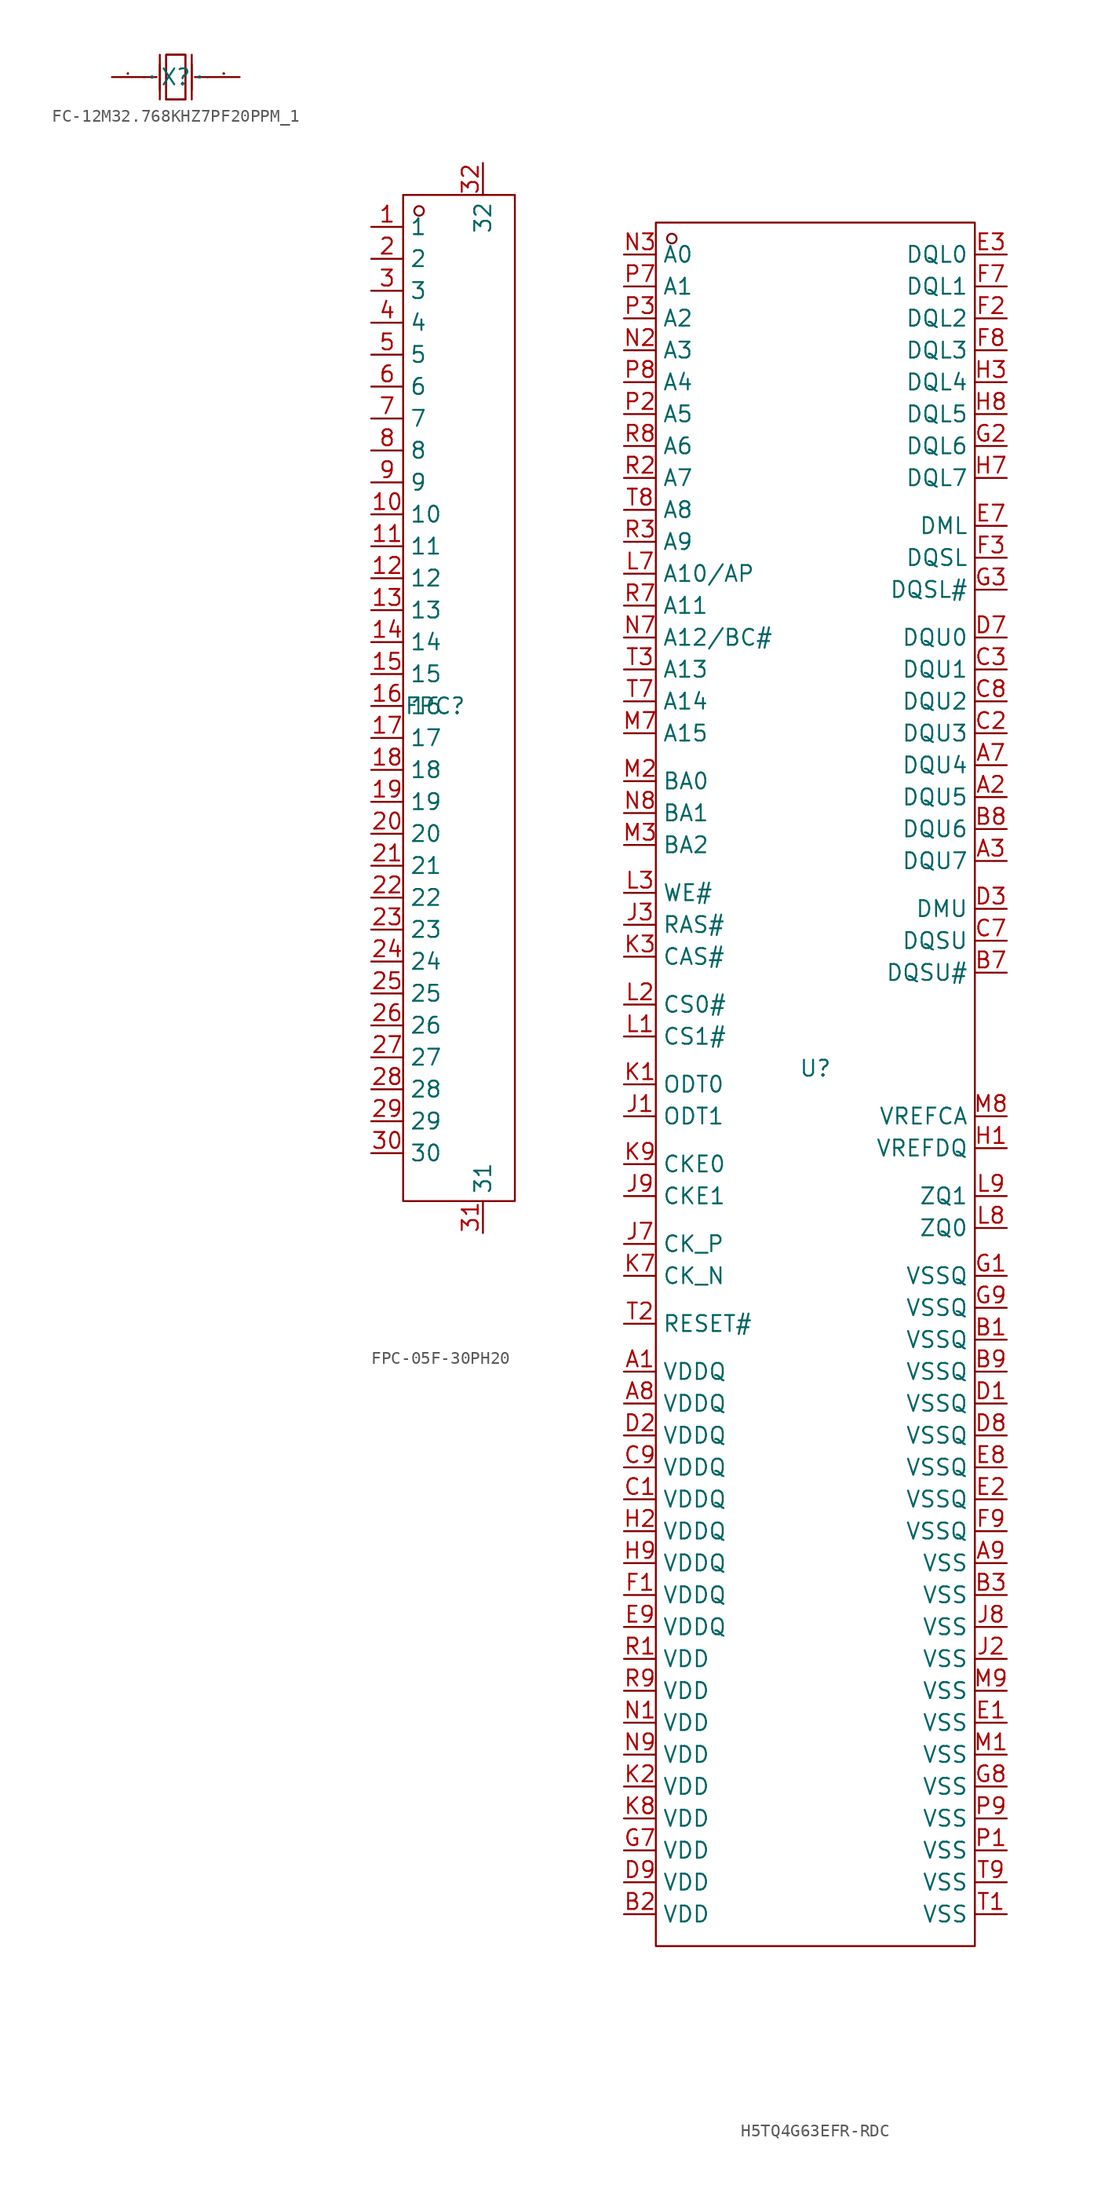
<source format=kicad_sym>
(kicad_symbol_lib
  (version 20231120)
  (generator "kicad_symbol_editor")
  (generator_version "8.0")
  (symbol "FC-12M32.768KHZ7PF20PPM_1"
    (property "Reference" "X"
      (at 0 0 0)
      (effects (font (size 1.27 1.27))))
    (property "Value" ""
      (at 0 0 0)
      (effects (font (size 1.27 1.27))))
    (symbol "FC-12M32.768KHZ7PF20PPM_1_1_0"
      (polyline (pts (xy -2.54 0) (xy -1.524 0)) (stroke (width 0) (type default)) (fill (type none)))
      (polyline (pts (xy -1.27 -1.778) (xy -1.27 1.778)) (stroke (width 0) (type default)) (fill (type none)))
      (polyline (pts (xy -1.27 -1.016) (xy -1.27 1.016)) (stroke (width 0) (type default)) (fill (type none)))
      (polyline (pts (xy 0.762 -1.778) (xy -0.762 -1.778)) (stroke (width 0) (type default)) (fill (type none)))
      (polyline (pts (xy 1.27 -1.778) (xy 1.27 1.778)) (stroke (width 0) (type default)) (fill (type none)))
      (polyline (pts (xy 1.27 -1.016) (xy 1.27 1.016)) (stroke (width 0) (type default)) (fill (type none)))
      (polyline (pts (xy 2.54 0) (xy 1.524 0)) (stroke (width 0) (type default)) (fill (type none)))
      (polyline (pts (xy -0.762 -1.778) (xy -0.762 1.778) (xy -0.762 1.778) (xy 0.762 1.778) (xy 0.762 1.778) (xy 0.762 -1.778)) (stroke (width 0) (type default)) (fill (type none)))
      (polyline (pts (xy 0.762 1.778) (xy 0.762 -1.778) (xy 0.762 -1.778) (xy -0.762 -1.778) (xy -0.762 -1.778) (xy -0.762 1.778) (xy -0.762 1.778) (xy 0.762 1.778)) (stroke (width 0) (type default)) (fill (type none)))
      (pin input line (at -5.08 0 0) (length 2.54) (name "OSC1" (effects (font (size 0.025 0.025)))) (number "1" (effects (font (size 0.025 0.025)))))
      (pin input line (at 5.08 0 180) (length 2.54) (name "OSC2" (effects (font (size 0.025 0.025)))) (number "2" (effects (font (size 0.025 0.025)))))))
  (symbol "FPC-05F-30PH20"
    (property "Reference" "FPC"
      (at 0 0 0)
      (effects (font (size 1.27 1.27))))
    (property "Value" ""
      (at 0 0 0)
      (effects (font (size 1.27 1.27))))
    (symbol "FPC-05F-30PH20_1_0"
      (rectangle (start -2.54 -39.37) (end 6.35 40.64) (stroke (width 0) (type default)) (fill (type none)))
      (circle (center -1.27 39.37) (radius 0.381) (stroke (width 0) (type default)) (fill (type none)))
      (pin input line (at -5.08 38.1 0) (length 2.54) (name "1" (effects (font (size 1.27 1.27)))) (number "1" (effects (font (size 1.27 1.27)))))
      (pin input line (at -5.08 15.24 0) (length 2.54) (name "10" (effects (font (size 1.27 1.27)))) (number "10" (effects (font (size 1.27 1.27)))))
      (pin input line (at -5.08 12.7 0) (length 2.54) (name "11" (effects (font (size 1.27 1.27)))) (number "11" (effects (font (size 1.27 1.27)))))
      (pin input line (at -5.08 10.16 0) (length 2.54) (name "12" (effects (font (size 1.27 1.27)))) (number "12" (effects (font (size 1.27 1.27)))))
      (pin input line (at -5.08 7.62 0) (length 2.54) (name "13" (effects (font (size 1.27 1.27)))) (number "13" (effects (font (size 1.27 1.27)))))
      (pin input line (at -5.08 5.08 0) (length 2.54) (name "14" (effects (font (size 1.27 1.27)))) (number "14" (effects (font (size 1.27 1.27)))))
      (pin input line (at -5.08 2.54 0) (length 2.54) (name "15" (effects (font (size 1.27 1.27)))) (number "15" (effects (font (size 1.27 1.27)))))
      (pin input line (at -5.08 0 0) (length 2.54) (name "16" (effects (font (size 1.27 1.27)))) (number "16" (effects (font (size 1.27 1.27)))))
      (pin input line (at -5.08 -2.54 0) (length 2.54) (name "17" (effects (font (size 1.27 1.27)))) (number "17" (effects (font (size 1.27 1.27)))))
      (pin input line (at -5.08 -5.08 0) (length 2.54) (name "18" (effects (font (size 1.27 1.27)))) (number "18" (effects (font (size 1.27 1.27)))))
      (pin input line (at -5.08 -7.62 0) (length 2.54) (name "19" (effects (font (size 1.27 1.27)))) (number "19" (effects (font (size 1.27 1.27)))))
      (pin input line (at -5.08 35.56 0) (length 2.54) (name "2" (effects (font (size 1.27 1.27)))) (number "2" (effects (font (size 1.27 1.27)))))
      (pin input line (at -5.08 -10.16 0) (length 2.54) (name "20" (effects (font (size 1.27 1.27)))) (number "20" (effects (font (size 1.27 1.27)))))
      (pin input line (at -5.08 -12.7 0) (length 2.54) (name "21" (effects (font (size 1.27 1.27)))) (number "21" (effects (font (size 1.27 1.27)))))
      (pin input line (at -5.08 -15.24 0) (length 2.54) (name "22" (effects (font (size 1.27 1.27)))) (number "22" (effects (font (size 1.27 1.27)))))
      (pin input line (at -5.08 -17.78 0) (length 2.54) (name "23" (effects (font (size 1.27 1.27)))) (number "23" (effects (font (size 1.27 1.27)))))
      (pin input line (at -5.08 -20.32 0) (length 2.54) (name "24" (effects (font (size 1.27 1.27)))) (number "24" (effects (font (size 1.27 1.27)))))
      (pin input line (at -5.08 -22.86 0) (length 2.54) (name "25" (effects (font (size 1.27 1.27)))) (number "25" (effects (font (size 1.27 1.27)))))
      (pin input line (at -5.08 -25.4 0) (length 2.54) (name "26" (effects (font (size 1.27 1.27)))) (number "26" (effects (font (size 1.27 1.27)))))
      (pin input line (at -5.08 -27.94 0) (length 2.54) (name "27" (effects (font (size 1.27 1.27)))) (number "27" (effects (font (size 1.27 1.27)))))
      (pin input line (at -5.08 -30.48 0) (length 2.54) (name "28" (effects (font (size 1.27 1.27)))) (number "28" (effects (font (size 1.27 1.27)))))
      (pin input line (at -5.08 -33.02 0) (length 2.54) (name "29" (effects (font (size 1.27 1.27)))) (number "29" (effects (font (size 1.27 1.27)))))
      (pin input line (at -5.08 33.02 0) (length 2.54) (name "3" (effects (font (size 1.27 1.27)))) (number "3" (effects (font (size 1.27 1.27)))))
      (pin input line (at -5.08 -35.56 0) (length 2.54) (name "30" (effects (font (size 1.27 1.27)))) (number "30" (effects (font (size 1.27 1.27)))))
      (pin input line (at 3.81 -41.91 90) (length 2.54) (name "31" (effects (font (size 1.27 1.27)))) (number "31" (effects (font (size 1.27 1.27)))))
      (pin input line (at 3.81 43.18 270) (length 2.54) (name "32" (effects (font (size 1.27 1.27)))) (number "32" (effects (font (size 1.27 1.27)))))
      (pin input line (at -5.08 30.48 0) (length 2.54) (name "4" (effects (font (size 1.27 1.27)))) (number "4" (effects (font (size 1.27 1.27)))))
      (pin input line (at -5.08 27.94 0) (length 2.54) (name "5" (effects (font (size 1.27 1.27)))) (number "5" (effects (font (size 1.27 1.27)))))
      (pin input line (at -5.08 25.4 0) (length 2.54) (name "6" (effects (font (size 1.27 1.27)))) (number "6" (effects (font (size 1.27 1.27)))))
      (pin input line (at -5.08 22.86 0) (length 2.54) (name "7" (effects (font (size 1.27 1.27)))) (number "7" (effects (font (size 1.27 1.27)))))
      (pin input line (at -5.08 20.32 0) (length 2.54) (name "8" (effects (font (size 1.27 1.27)))) (number "8" (effects (font (size 1.27 1.27)))))
      (pin input line (at -5.08 17.78 0) (length 2.54) (name "9" (effects (font (size 1.27 1.27)))) (number "9" (effects (font (size 1.27 1.27)))))))
  (symbol "H5TQ4G63EFR-RDC"
    (property "Reference" "U"
      (at 0 0 0)
      (effects (font (size 1.27 1.27))))
    (property "Value" ""
      (at 0 0 0)
      (effects (font (size 1.27 1.27))))
    (symbol "H5TQ4G63EFR-RDC_1_0"
      (rectangle (start -12.7 -69.85) (end 12.7 67.31) (stroke (width 0) (type default)) (fill (type none)))
      (circle (center -11.43 66.04) (radius 0.381) (stroke (width 0) (type default)) (fill (type none)))
      (pin unspecified line (at -15.24 -24.13 0) (length 2.54) (name "VDDQ" (effects (font (size 1.27 1.27)))) (number "A1" (effects (font (size 1.27 1.27)))))
      (pin unspecified line (at 15.24 21.59 180) (length 2.54) (name "DQU5" (effects (font (size 1.27 1.27)))) (number "A2" (effects (font (size 1.27 1.27)))))
      (pin unspecified line (at 15.24 16.51 180) (length 2.54) (name "DQU7" (effects (font (size 1.27 1.27)))) (number "A3" (effects (font (size 1.27 1.27)))))
      (pin unspecified line (at 15.24 24.13 180) (length 2.54) (name "DQU4" (effects (font (size 1.27 1.27)))) (number "A7" (effects (font (size 1.27 1.27)))))
      (pin unspecified line (at -15.24 -26.67 0) (length 2.54) (name "VDDQ" (effects (font (size 1.27 1.27)))) (number "A8" (effects (font (size 1.27 1.27)))))
      (pin unspecified line (at 15.24 -39.37 180) (length 2.54) (name "VSS" (effects (font (size 1.27 1.27)))) (number "A9" (effects (font (size 1.27 1.27)))))
      (pin unspecified line (at 15.24 -21.59 180) (length 2.54) (name "VSSQ" (effects (font (size 1.27 1.27)))) (number "B1" (effects (font (size 1.27 1.27)))))
      (pin unspecified line (at -15.24 -67.31 0) (length 2.54) (name "VDD" (effects (font (size 1.27 1.27)))) (number "B2" (effects (font (size 1.27 1.27)))))
      (pin unspecified line (at 15.24 -41.91 180) (length 2.54) (name "VSS" (effects (font (size 1.27 1.27)))) (number "B3" (effects (font (size 1.27 1.27)))))
      (pin unspecified line (at 15.24 7.62 180) (length 2.54) (name "DQSU#" (effects (font (size 1.27 1.27)))) (number "B7" (effects (font (size 1.27 1.27)))))
      (pin unspecified line (at 15.24 19.05 180) (length 2.54) (name "DQU6" (effects (font (size 1.27 1.27)))) (number "B8" (effects (font (size 1.27 1.27)))))
      (pin unspecified line (at 15.24 -24.13 180) (length 2.54) (name "VSSQ" (effects (font (size 1.27 1.27)))) (number "B9" (effects (font (size 1.27 1.27)))))
      (pin unspecified line (at -15.24 -34.29 0) (length 2.54) (name "VDDQ" (effects (font (size 1.27 1.27)))) (number "C1" (effects (font (size 1.27 1.27)))))
      (pin unspecified line (at 15.24 26.67 180) (length 2.54) (name "DQU3" (effects (font (size 1.27 1.27)))) (number "C2" (effects (font (size 1.27 1.27)))))
      (pin unspecified line (at 15.24 31.75 180) (length 2.54) (name "DQU1" (effects (font (size 1.27 1.27)))) (number "C3" (effects (font (size 1.27 1.27)))))
      (pin unspecified line (at 15.24 10.16 180) (length 2.54) (name "DQSU" (effects (font (size 1.27 1.27)))) (number "C7" (effects (font (size 1.27 1.27)))))
      (pin unspecified line (at 15.24 29.21 180) (length 2.54) (name "DQU2" (effects (font (size 1.27 1.27)))) (number "C8" (effects (font (size 1.27 1.27)))))
      (pin unspecified line (at -15.24 -31.75 0) (length 2.54) (name "VDDQ" (effects (font (size 1.27 1.27)))) (number "C9" (effects (font (size 1.27 1.27)))))
      (pin unspecified line (at 15.24 -26.67 180) (length 2.54) (name "VSSQ" (effects (font (size 1.27 1.27)))) (number "D1" (effects (font (size 1.27 1.27)))))
      (pin unspecified line (at -15.24 -29.21 0) (length 2.54) (name "VDDQ" (effects (font (size 1.27 1.27)))) (number "D2" (effects (font (size 1.27 1.27)))))
      (pin unspecified line (at 15.24 12.7 180) (length 2.54) (name "DMU" (effects (font (size 1.27 1.27)))) (number "D3" (effects (font (size 1.27 1.27)))))
      (pin unspecified line (at 15.24 34.29 180) (length 2.54) (name "DQU0" (effects (font (size 1.27 1.27)))) (number "D7" (effects (font (size 1.27 1.27)))))
      (pin unspecified line (at 15.24 -29.21 180) (length 2.54) (name "VSSQ" (effects (font (size 1.27 1.27)))) (number "D8" (effects (font (size 1.27 1.27)))))
      (pin unspecified line (at -15.24 -64.77 0) (length 2.54) (name "VDD" (effects (font (size 1.27 1.27)))) (number "D9" (effects (font (size 1.27 1.27)))))
      (pin unspecified line (at 15.24 -52.07 180) (length 2.54) (name "VSS" (effects (font (size 1.27 1.27)))) (number "E1" (effects (font (size 1.27 1.27)))))
      (pin unspecified line (at 15.24 -34.29 180) (length 2.54) (name "VSSQ" (effects (font (size 1.27 1.27)))) (number "E2" (effects (font (size 1.27 1.27)))))
      (pin unspecified line (at 15.24 64.77 180) (length 2.54) (name "DQL0" (effects (font (size 1.27 1.27)))) (number "E3" (effects (font (size 1.27 1.27)))))
      (pin unspecified line (at 15.24 43.18 180) (length 2.54) (name "DML" (effects (font (size 1.27 1.27)))) (number "E7" (effects (font (size 1.27 1.27)))))
      (pin unspecified line (at 15.24 -31.75 180) (length 2.54) (name "VSSQ" (effects (font (size 1.27 1.27)))) (number "E8" (effects (font (size 1.27 1.27)))))
      (pin unspecified line (at -15.24 -44.45 0) (length 2.54) (name "VDDQ" (effects (font (size 1.27 1.27)))) (number "E9" (effects (font (size 1.27 1.27)))))
      (pin unspecified line (at -15.24 -41.91 0) (length 2.54) (name "VDDQ" (effects (font (size 1.27 1.27)))) (number "F1" (effects (font (size 1.27 1.27)))))
      (pin unspecified line (at 15.24 59.69 180) (length 2.54) (name "DQL2" (effects (font (size 1.27 1.27)))) (number "F2" (effects (font (size 1.27 1.27)))))
      (pin unspecified line (at 15.24 40.64 180) (length 2.54) (name "DQSL" (effects (font (size 1.27 1.27)))) (number "F3" (effects (font (size 1.27 1.27)))))
      (pin unspecified line (at 15.24 62.23 180) (length 2.54) (name "DQL1" (effects (font (size 1.27 1.27)))) (number "F7" (effects (font (size 1.27 1.27)))))
      (pin unspecified line (at 15.24 57.15 180) (length 2.54) (name "DQL3" (effects (font (size 1.27 1.27)))) (number "F8" (effects (font (size 1.27 1.27)))))
      (pin unspecified line (at 15.24 -36.83 180) (length 2.54) (name "VSSQ" (effects (font (size 1.27 1.27)))) (number "F9" (effects (font (size 1.27 1.27)))))
      (pin unspecified line (at 15.24 -16.51 180) (length 2.54) (name "VSSQ" (effects (font (size 1.27 1.27)))) (number "G1" (effects (font (size 1.27 1.27)))))
      (pin unspecified line (at 15.24 49.53 180) (length 2.54) (name "DQL6" (effects (font (size 1.27 1.27)))) (number "G2" (effects (font (size 1.27 1.27)))))
      (pin unspecified line (at 15.24 38.1 180) (length 2.54) (name "DQSL#" (effects (font (size 1.27 1.27)))) (number "G3" (effects (font (size 1.27 1.27)))))
      (pin unspecified line (at -15.24 -62.23 0) (length 2.54) (name "VDD" (effects (font (size 1.27 1.27)))) (number "G7" (effects (font (size 1.27 1.27)))))
      (pin unspecified line (at 15.24 -57.15 180) (length 2.54) (name "VSS" (effects (font (size 1.27 1.27)))) (number "G8" (effects (font (size 1.27 1.27)))))
      (pin unspecified line (at 15.24 -19.05 180) (length 2.54) (name "VSSQ" (effects (font (size 1.27 1.27)))) (number "G9" (effects (font (size 1.27 1.27)))))
      (pin unspecified line (at 15.24 -6.35 180) (length 2.54) (name "VREFDQ" (effects (font (size 1.27 1.27)))) (number "H1" (effects (font (size 1.27 1.27)))))
      (pin unspecified line (at -15.24 -36.83 0) (length 2.54) (name "VDDQ" (effects (font (size 1.27 1.27)))) (number "H2" (effects (font (size 1.27 1.27)))))
      (pin unspecified line (at 15.24 54.61 180) (length 2.54) (name "DQL4" (effects (font (size 1.27 1.27)))) (number "H3" (effects (font (size 1.27 1.27)))))
      (pin unspecified line (at 15.24 46.99 180) (length 2.54) (name "DQL7" (effects (font (size 1.27 1.27)))) (number "H7" (effects (font (size 1.27 1.27)))))
      (pin unspecified line (at 15.24 52.07 180) (length 2.54) (name "DQL5" (effects (font (size 1.27 1.27)))) (number "H8" (effects (font (size 1.27 1.27)))))
      (pin unspecified line (at -15.24 -39.37 0) (length 2.54) (name "VDDQ" (effects (font (size 1.27 1.27)))) (number "H9" (effects (font (size 1.27 1.27)))))
      (pin unspecified line (at -15.24 -3.81 0) (length 2.54) (name "ODT1" (effects (font (size 1.27 1.27)))) (number "J1" (effects (font (size 1.27 1.27)))))
      (pin unspecified line (at 15.24 -46.99 180) (length 2.54) (name "VSS" (effects (font (size 1.27 1.27)))) (number "J2" (effects (font (size 1.27 1.27)))))
      (pin unspecified line (at -15.24 11.43 0) (length 2.54) (name "RAS#" (effects (font (size 1.27 1.27)))) (number "J3" (effects (font (size 1.27 1.27)))))
      (pin unspecified line (at -15.24 -13.97 0) (length 2.54) (name "CK_P" (effects (font (size 1.27 1.27)))) (number "J7" (effects (font (size 1.27 1.27)))))
      (pin unspecified line (at 15.24 -44.45 180) (length 2.54) (name "VSS" (effects (font (size 1.27 1.27)))) (number "J8" (effects (font (size 1.27 1.27)))))
      (pin unspecified line (at -15.24 -10.16 0) (length 2.54) (name "CKE1" (effects (font (size 1.27 1.27)))) (number "J9" (effects (font (size 1.27 1.27)))))
      (pin unspecified line (at -15.24 -1.27 0) (length 2.54) (name "ODT0" (effects (font (size 1.27 1.27)))) (number "K1" (effects (font (size 1.27 1.27)))))
      (pin unspecified line (at -15.24 -57.15 0) (length 2.54) (name "VDD" (effects (font (size 1.27 1.27)))) (number "K2" (effects (font (size 1.27 1.27)))))
      (pin unspecified line (at -15.24 8.89 0) (length 2.54) (name "CAS#" (effects (font (size 1.27 1.27)))) (number "K3" (effects (font (size 1.27 1.27)))))
      (pin unspecified line (at -15.24 -16.51 0) (length 2.54) (name "CK_N" (effects (font (size 1.27 1.27)))) (number "K7" (effects (font (size 1.27 1.27)))))
      (pin unspecified line (at -15.24 -59.69 0) (length 2.54) (name "VDD" (effects (font (size 1.27 1.27)))) (number "K8" (effects (font (size 1.27 1.27)))))
      (pin unspecified line (at -15.24 -7.62 0) (length 2.54) (name "CKE0" (effects (font (size 1.27 1.27)))) (number "K9" (effects (font (size 1.27 1.27)))))
      (pin unspecified line (at -15.24 2.54 0) (length 2.54) (name "CS1#" (effects (font (size 1.27 1.27)))) (number "L1" (effects (font (size 1.27 1.27)))))
      (pin unspecified line (at -15.24 5.08 0) (length 2.54) (name "CS0#" (effects (font (size 1.27 1.27)))) (number "L2" (effects (font (size 1.27 1.27)))))
      (pin unspecified line (at -15.24 13.97 0) (length 2.54) (name "WE#" (effects (font (size 1.27 1.27)))) (number "L3" (effects (font (size 1.27 1.27)))))
      (pin unspecified line (at -15.24 39.37 0) (length 2.54) (name "A10/AP" (effects (font (size 1.27 1.27)))) (number "L7" (effects (font (size 1.27 1.27)))))
      (pin unspecified line (at 15.24 -12.7 180) (length 2.54) (name "ZQ0" (effects (font (size 1.27 1.27)))) (number "L8" (effects (font (size 1.27 1.27)))))
      (pin unspecified line (at 15.24 -10.16 180) (length 2.54) (name "ZQ1" (effects (font (size 1.27 1.27)))) (number "L9" (effects (font (size 1.27 1.27)))))
      (pin unspecified line (at 15.24 -54.61 180) (length 2.54) (name "VSS" (effects (font (size 1.27 1.27)))) (number "M1" (effects (font (size 1.27 1.27)))))
      (pin unspecified line (at -15.24 22.86 0) (length 2.54) (name "BA0" (effects (font (size 1.27 1.27)))) (number "M2" (effects (font (size 1.27 1.27)))))
      (pin unspecified line (at -15.24 17.78 0) (length 2.54) (name "BA2" (effects (font (size 1.27 1.27)))) (number "M3" (effects (font (size 1.27 1.27)))))
      (pin unspecified line (at -15.24 26.67 0) (length 2.54) (name "A15" (effects (font (size 1.27 1.27)))) (number "M7" (effects (font (size 1.27 1.27)))))
      (pin unspecified line (at 15.24 -3.81 180) (length 2.54) (name "VREFCA" (effects (font (size 1.27 1.27)))) (number "M8" (effects (font (size 1.27 1.27)))))
      (pin unspecified line (at 15.24 -49.53 180) (length 2.54) (name "VSS" (effects (font (size 1.27 1.27)))) (number "M9" (effects (font (size 1.27 1.27)))))
      (pin unspecified line (at -15.24 -52.07 0) (length 2.54) (name "VDD" (effects (font (size 1.27 1.27)))) (number "N1" (effects (font (size 1.27 1.27)))))
      (pin unspecified line (at -15.24 57.15 0) (length 2.54) (name "A3" (effects (font (size 1.27 1.27)))) (number "N2" (effects (font (size 1.27 1.27)))))
      (pin unspecified line (at -15.24 64.77 0) (length 2.54) (name "A0" (effects (font (size 1.27 1.27)))) (number "N3" (effects (font (size 1.27 1.27)))))
      (pin unspecified line (at -15.24 34.29 0) (length 2.54) (name "A12/BC#" (effects (font (size 1.27 1.27)))) (number "N7" (effects (font (size 1.27 1.27)))))
      (pin unspecified line (at -15.24 20.32 0) (length 2.54) (name "BA1" (effects (font (size 1.27 1.27)))) (number "N8" (effects (font (size 1.27 1.27)))))
      (pin unspecified line (at -15.24 -54.61 0) (length 2.54) (name "VDD" (effects (font (size 1.27 1.27)))) (number "N9" (effects (font (size 1.27 1.27)))))
      (pin unspecified line (at 15.24 -62.23 180) (length 2.54) (name "VSS" (effects (font (size 1.27 1.27)))) (number "P1" (effects (font (size 1.27 1.27)))))
      (pin unspecified line (at -15.24 52.07 0) (length 2.54) (name "A5" (effects (font (size 1.27 1.27)))) (number "P2" (effects (font (size 1.27 1.27)))))
      (pin unspecified line (at -15.24 59.69 0) (length 2.54) (name "A2" (effects (font (size 1.27 1.27)))) (number "P3" (effects (font (size 1.27 1.27)))))
      (pin unspecified line (at -15.24 62.23 0) (length 2.54) (name "A1" (effects (font (size 1.27 1.27)))) (number "P7" (effects (font (size 1.27 1.27)))))
      (pin unspecified line (at -15.24 54.61 0) (length 2.54) (name "A4" (effects (font (size 1.27 1.27)))) (number "P8" (effects (font (size 1.27 1.27)))))
      (pin unspecified line (at 15.24 -59.69 180) (length 2.54) (name "VSS" (effects (font (size 1.27 1.27)))) (number "P9" (effects (font (size 1.27 1.27)))))
      (pin unspecified line (at -15.24 -46.99 0) (length 2.54) (name "VDD" (effects (font (size 1.27 1.27)))) (number "R1" (effects (font (size 1.27 1.27)))))
      (pin unspecified line (at -15.24 46.99 0) (length 2.54) (name "A7" (effects (font (size 1.27 1.27)))) (number "R2" (effects (font (size 1.27 1.27)))))
      (pin unspecified line (at -15.24 41.91 0) (length 2.54) (name "A9" (effects (font (size 1.27 1.27)))) (number "R3" (effects (font (size 1.27 1.27)))))
      (pin unspecified line (at -15.24 36.83 0) (length 2.54) (name "A11" (effects (font (size 1.27 1.27)))) (number "R7" (effects (font (size 1.27 1.27)))))
      (pin unspecified line (at -15.24 49.53 0) (length 2.54) (name "A6" (effects (font (size 1.27 1.27)))) (number "R8" (effects (font (size 1.27 1.27)))))
      (pin unspecified line (at -15.24 -49.53 0) (length 2.54) (name "VDD" (effects (font (size 1.27 1.27)))) (number "R9" (effects (font (size 1.27 1.27)))))
      (pin unspecified line (at 15.24 -67.31 180) (length 2.54) (name "VSS" (effects (font (size 1.27 1.27)))) (number "T1" (effects (font (size 1.27 1.27)))))
      (pin unspecified line (at -15.24 -20.32 0) (length 2.54) (name "RESET#" (effects (font (size 1.27 1.27)))) (number "T2" (effects (font (size 1.27 1.27)))))
      (pin unspecified line (at -15.24 31.75 0) (length 2.54) (name "A13" (effects (font (size 1.27 1.27)))) (number "T3" (effects (font (size 1.27 1.27)))))
      (pin unspecified line (at -15.24 29.21 0) (length 2.54) (name "A14" (effects (font (size 1.27 1.27)))) (number "T7" (effects (font (size 1.27 1.27)))))
      (pin unspecified line (at -15.24 44.45 0) (length 2.54) (name "A8" (effects (font (size 1.27 1.27)))) (number "T8" (effects (font (size 1.27 1.27)))))
      (pin unspecified line (at 15.24 -64.77 180) (length 2.54) (name "VSS" (effects (font (size 1.27 1.27)))) (number "T9" (effects (font (size 1.27 1.27))))))))
</source>
